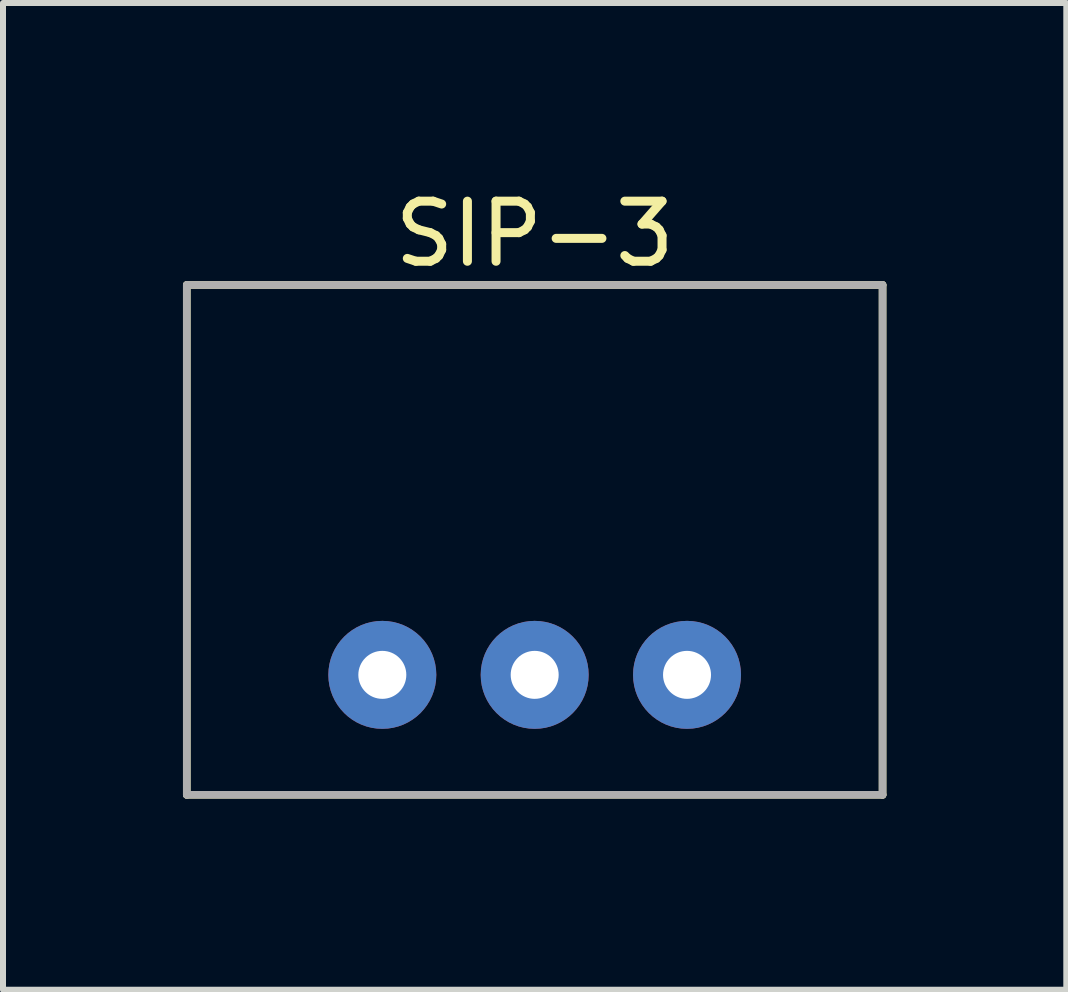
<source format=kicad_pcb>
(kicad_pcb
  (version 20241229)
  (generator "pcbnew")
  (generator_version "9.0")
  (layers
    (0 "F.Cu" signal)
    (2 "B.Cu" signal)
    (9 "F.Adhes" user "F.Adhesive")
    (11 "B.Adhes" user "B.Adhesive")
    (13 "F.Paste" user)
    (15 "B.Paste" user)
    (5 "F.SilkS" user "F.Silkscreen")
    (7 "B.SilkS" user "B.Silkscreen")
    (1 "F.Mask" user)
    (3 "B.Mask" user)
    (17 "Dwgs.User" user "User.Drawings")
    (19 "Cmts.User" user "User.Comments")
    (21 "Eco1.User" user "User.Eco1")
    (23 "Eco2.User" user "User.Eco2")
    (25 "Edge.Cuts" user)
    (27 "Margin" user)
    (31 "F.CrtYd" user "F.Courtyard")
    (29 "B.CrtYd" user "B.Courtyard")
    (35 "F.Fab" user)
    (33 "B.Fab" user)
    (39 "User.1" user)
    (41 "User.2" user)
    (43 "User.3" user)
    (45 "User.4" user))
  (footprint "SIP-3"
    (layer "F.Cu")
    (at 5.864 10.201)
    (property "Reference" "SIP-3" (at 0 -9.351 0) (layer "F.SilkS") (effects (font (size 1.002 1.002) (thickness 0.15))))
    (attr through_hole)
    (fp_line (start -5.8 -8.5) (end -5.8 0) (stroke (width 0.127) (type solid)) (layer "F.SilkS"))
    (fp_line (start -5.8 0) (end 5.8 0) (stroke (width 0.127) (type solid)) (layer "F.SilkS"))
    (fp_line (start 5.8 -8.5) (end -5.8 -8.5) (stroke (width 0.127) (type solid)) (layer "F.SilkS"))
    (fp_line (start 5.8 0) (end 5.8 -8.5) (stroke (width 0.127) (type solid)) (layer "F.SilkS"))
    (fp_line (start -5.8 -8.5) (end -5.8 0) (stroke (width 0.127) (type solid)) (layer "F.Fab"))
    (fp_line (start -5.8 0) (end 5.8 0) (stroke (width 0.127) (type solid)) (layer "F.Fab"))
    (fp_line (start 5.8 -8.5) (end -5.8 -8.5) (stroke (width 0.127) (type solid)) (layer "F.Fab"))
    (fp_line (start 5.8 0) (end 5.8 -8.5) (stroke (width 0.127) (type solid)) (layer "F.Fab"))
    (pad "P$1" thru_hole circle (at -2.54 -2) (size 1.8 1.8) (drill 0.8) (layers "*.Cu" "*.Mask"))
    (pad "P$2" thru_hole circle (at 0 -2) (size 1.8 1.8) (drill 0.8) (layers "*.Cu" "*.Mask"))
    (pad "P$3" thru_hole circle (at 2.54 -2) (size 1.8 1.8) (drill 0.8) (layers "*.Cu" "*.Mask")))
  (gr_rect
    (start -3 -3)
    (end 14.727 13.451)
    (stroke (width 0.1) (type default))
    (fill no)
    (layer "Edge.Cuts")))
</source>
